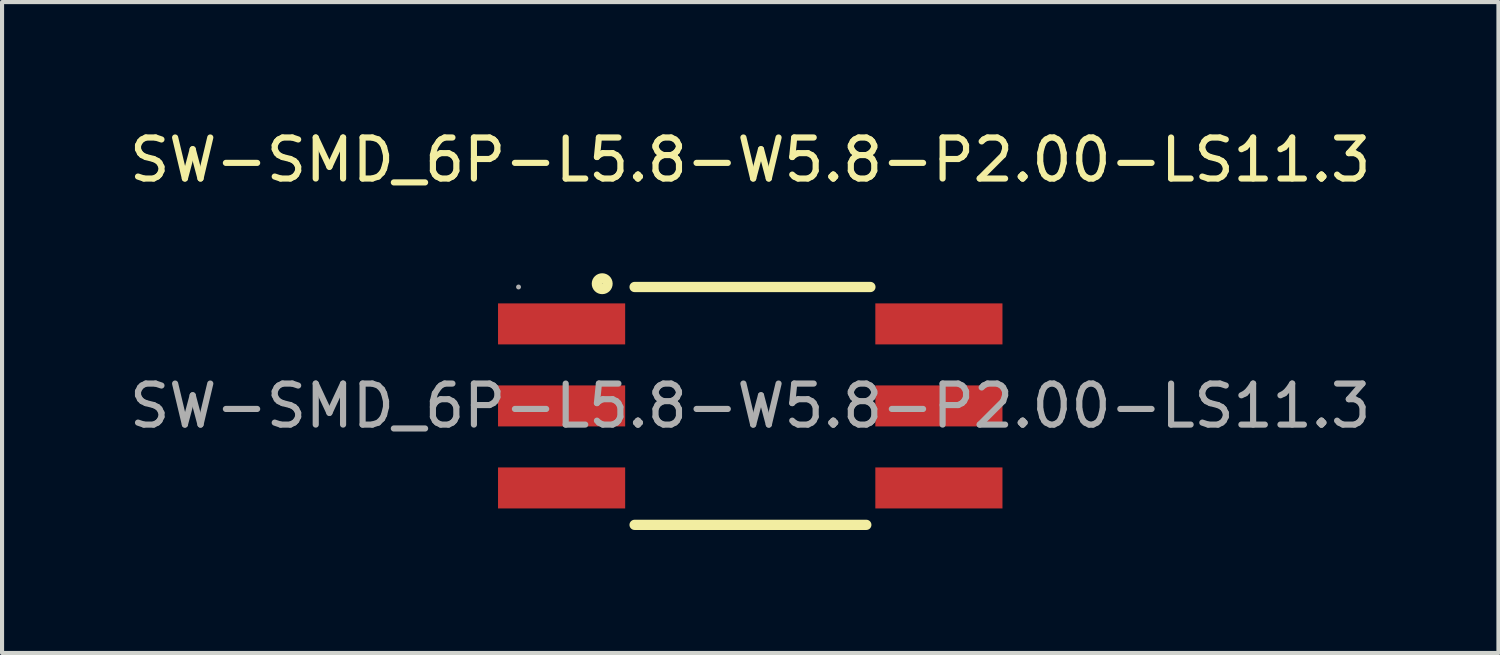
<source format=kicad_pcb>
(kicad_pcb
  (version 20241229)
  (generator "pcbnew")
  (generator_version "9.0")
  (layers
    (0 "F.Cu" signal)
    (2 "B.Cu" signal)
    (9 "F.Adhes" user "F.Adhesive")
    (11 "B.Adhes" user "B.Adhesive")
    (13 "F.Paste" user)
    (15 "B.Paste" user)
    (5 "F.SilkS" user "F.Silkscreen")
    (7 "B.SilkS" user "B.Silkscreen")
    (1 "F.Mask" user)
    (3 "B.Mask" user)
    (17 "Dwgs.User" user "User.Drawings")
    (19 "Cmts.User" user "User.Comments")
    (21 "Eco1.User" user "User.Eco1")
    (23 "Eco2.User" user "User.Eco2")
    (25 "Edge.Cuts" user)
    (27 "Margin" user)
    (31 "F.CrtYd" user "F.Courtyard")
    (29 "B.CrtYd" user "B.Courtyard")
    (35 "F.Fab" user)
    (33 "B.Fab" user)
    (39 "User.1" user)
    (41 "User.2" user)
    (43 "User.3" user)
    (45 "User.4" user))
  (footprint "SW-SMD_6P-L5.8-W5.8-P2.00-LS11.3"
    (layer "F.Cu")
    (at 15.244 6.848)
    (property "Reference" "SW-SMD_6P-L5.8-W5.8-P2.00-LS11.3" (at 0 -6 0) (layer "F.SilkS") (effects (font (size 1 1) (thickness 0.15))))
    (attr through_hole)
    (fp_line (start -2.82 2.9) (end 2.83 2.9) (stroke (width 0.25) (type solid)) (layer "F.SilkS"))
    (fp_line (start 2.93 -2.9) (end -2.82 -2.9) (stroke (width 0.25) (type solid)) (layer "F.SilkS"))
    (fp_circle (center -3.61 -2.98) (end -3.48 -2.98) (stroke (width 0.25) (type solid)) (fill no) (layer "F.SilkS"))
    (fp_circle (center -5.65 -2.9) (end -5.62 -2.9) (stroke (width 0.06) (type solid)) (fill no) (layer "F.Fab"))
    (fp_text user "${REFERENCE}" (at 0 0 0) (layer "F.Fab") (effects (font (size 1 1) (thickness 0.15))))
    (pad "1" smd rect (at -4.6 -2) (size 3.1 1) (layers "F.Cu" "F.Mask" "F.Paste"))
    (pad "2" smd rect (at -4.6 0) (size 3.1 1) (layers "F.Cu" "F.Mask" "F.Paste"))
    (pad "3" smd rect (at -4.6 2) (size 3.1 1) (layers "F.Cu" "F.Mask" "F.Paste"))
    (pad "4" smd rect (at 4.6 -2) (size 3.1 1) (layers "F.Cu" "F.Mask" "F.Paste"))
    (pad "5" smd rect (at 4.6 0) (size 3.1 1) (layers "F.Cu" "F.Mask" "F.Paste"))
    (pad "6" smd rect (at 4.6 2) (size 3.1 1) (layers "F.Cu" "F.Mask" "F.Paste")))
  (gr_rect
    (start -3 -3)
    (end 33.488 12.873)
    (stroke (width 0.1) (type default))
    (fill no)
    (layer "Edge.Cuts")))
</source>
